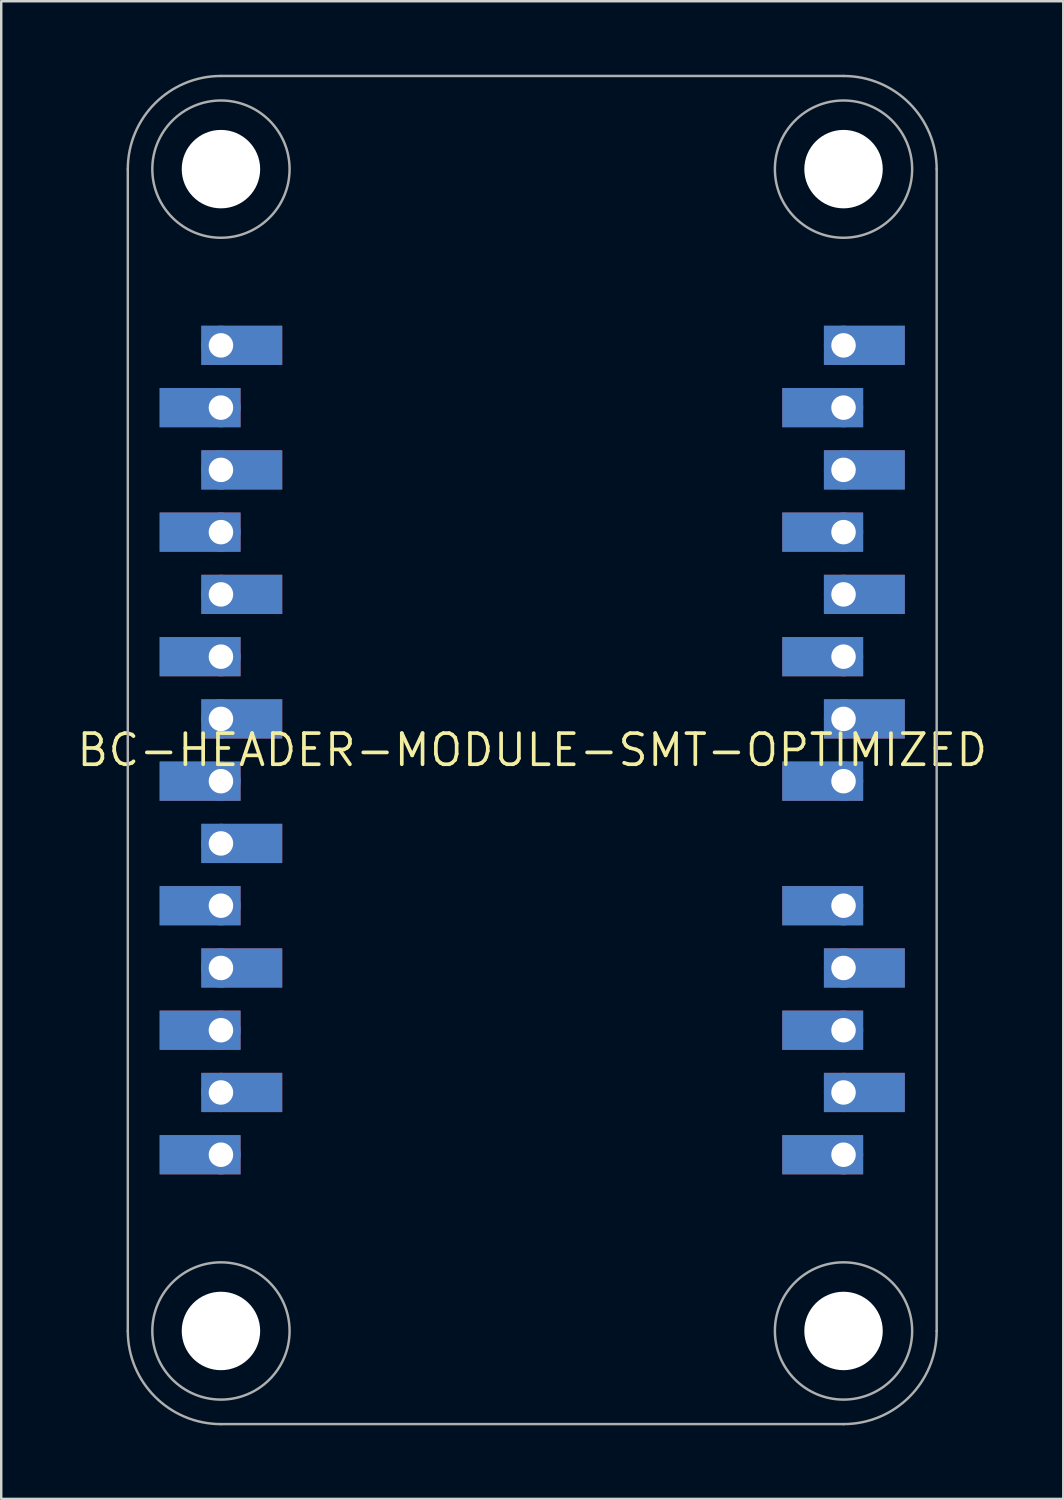
<source format=kicad_pcb>
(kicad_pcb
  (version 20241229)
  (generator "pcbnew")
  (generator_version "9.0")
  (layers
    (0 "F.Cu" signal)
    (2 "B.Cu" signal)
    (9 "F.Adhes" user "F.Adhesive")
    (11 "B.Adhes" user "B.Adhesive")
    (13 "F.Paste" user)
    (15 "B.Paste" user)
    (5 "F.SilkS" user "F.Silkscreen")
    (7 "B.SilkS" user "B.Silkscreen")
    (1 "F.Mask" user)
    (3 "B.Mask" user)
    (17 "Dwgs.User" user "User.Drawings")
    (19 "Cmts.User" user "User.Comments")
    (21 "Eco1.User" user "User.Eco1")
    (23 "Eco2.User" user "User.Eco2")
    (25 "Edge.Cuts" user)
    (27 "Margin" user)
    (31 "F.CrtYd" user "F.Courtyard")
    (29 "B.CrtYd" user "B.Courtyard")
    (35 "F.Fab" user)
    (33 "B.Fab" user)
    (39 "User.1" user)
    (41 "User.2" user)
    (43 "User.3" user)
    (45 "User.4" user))
  (footprint "BC-HEADER-MODULE-SMT-OPTIMIZED"
    (layer "F.Cu")
    (at 18.664 27.55)
    (property "Reference" "BC-HEADER-MODULE-SMT-OPTIMIZED" (at 0 0 0) (unlocked yes) (layer "F.SilkS") (effects (font (size 1.27 1.27) (thickness 0.15))))
    (fp_poly (pts (xy -11.9 -13.17) (xy -15.2 -13.17) (xy -15.2 -14.77) (xy -11.9 -14.77)) (stroke (width 0) (type default)) (fill yes) (layer "F.Cu"))
    (fp_poly (pts (xy -11.9 -8.09) (xy -15.2 -8.09) (xy -15.2 -9.69) (xy -11.9 -9.69)) (stroke (width 0) (type default)) (fill yes) (layer "F.Cu"))
    (fp_poly (pts (xy -11.9 -3.01) (xy -15.2 -3.01) (xy -15.2 -4.61) (xy -11.9 -4.61)) (stroke (width 0) (type default)) (fill yes) (layer "F.Cu"))
    (fp_poly (pts (xy -11.9 2.07) (xy -15.2 2.07) (xy -15.2 0.47) (xy -11.9 0.47)) (stroke (width 0) (type default)) (fill yes) (layer "F.Cu"))
    (fp_poly (pts (xy -11.9 7.15) (xy -15.2 7.15) (xy -15.2 5.55) (xy -11.9 5.55)) (stroke (width 0) (type default)) (fill yes) (layer "F.Cu"))
    (fp_poly (pts (xy -11.9 12.23) (xy -15.2 12.23) (xy -15.2 10.63) (xy -11.9 10.63)) (stroke (width 0) (type default)) (fill yes) (layer "F.Cu"))
    (fp_poly (pts (xy -11.9 17.31) (xy -15.2 17.31) (xy -15.2 15.71) (xy -11.9 15.71)) (stroke (width 0) (type default)) (fill yes) (layer "F.Cu"))
    (fp_poly (pts (xy -10.2 -15.71) (xy -13.5 -15.71) (xy -13.5 -17.31) (xy -10.2 -17.31)) (stroke (width 0) (type default)) (fill yes) (layer "F.Cu"))
    (fp_poly (pts (xy -10.2 -10.63) (xy -13.5 -10.63) (xy -13.5 -12.23) (xy -10.2 -12.23)) (stroke (width 0) (type default)) (fill yes) (layer "F.Cu"))
    (fp_poly (pts (xy -10.2 -5.55) (xy -13.5 -5.55) (xy -13.5 -7.15) (xy -10.2 -7.15)) (stroke (width 0) (type default)) (fill yes) (layer "F.Cu"))
    (fp_poly (pts (xy -10.2 -0.47) (xy -13.5 -0.47) (xy -13.5 -2.07) (xy -10.2 -2.07)) (stroke (width 0) (type default)) (fill yes) (layer "F.Cu"))
    (fp_poly (pts (xy -10.2 4.61) (xy -13.5 4.61) (xy -13.5 3.01) (xy -10.2 3.01)) (stroke (width 0) (type default)) (fill yes) (layer "F.Cu"))
    (fp_poly (pts (xy -10.2 9.69) (xy -13.5 9.69) (xy -13.5 8.09) (xy -10.2 8.09)) (stroke (width 0) (type default)) (fill yes) (layer "F.Cu"))
    (fp_poly (pts (xy -10.2 14.77) (xy -13.5 14.77) (xy -13.5 13.17) (xy -10.2 13.17)) (stroke (width 0) (type default)) (fill yes) (layer "F.Cu"))
    (fp_poly (pts (xy 13.5 -13.17) (xy 10.2 -13.17) (xy 10.2 -14.77) (xy 13.5 -14.77)) (stroke (width 0) (type default)) (fill yes) (layer "F.Cu"))
    (fp_poly (pts (xy 13.5 -8.09) (xy 10.2 -8.09) (xy 10.2 -9.69) (xy 13.5 -9.69)) (stroke (width 0) (type default)) (fill yes) (layer "F.Cu"))
    (fp_poly (pts (xy 13.5 -3.01) (xy 10.2 -3.01) (xy 10.2 -4.61) (xy 13.5 -4.61)) (stroke (width 0) (type default)) (fill yes) (layer "F.Cu"))
    (fp_poly (pts (xy 13.5 2.07) (xy 10.2 2.07) (xy 10.2 0.47) (xy 13.5 0.47)) (stroke (width 0) (type default)) (fill yes) (layer "F.Cu"))
    (fp_poly (pts (xy 13.5 7.15) (xy 10.2 7.15) (xy 10.2 5.55) (xy 13.5 5.55)) (stroke (width 0) (type default)) (fill yes) (layer "F.Cu"))
    (fp_poly (pts (xy 13.5 12.23) (xy 10.2 12.23) (xy 10.2 10.63) (xy 13.5 10.63)) (stroke (width 0) (type default)) (fill yes) (layer "F.Cu"))
    (fp_poly (pts (xy 13.5 17.31) (xy 10.2 17.31) (xy 10.2 15.71) (xy 13.5 15.71)) (stroke (width 0) (type default)) (fill yes) (layer "F.Cu"))
    (fp_poly (pts (xy 15.2 -15.71) (xy 11.9 -15.71) (xy 11.9 -17.31) (xy 15.2 -17.31)) (stroke (width 0) (type default)) (fill yes) (layer "F.Cu"))
    (fp_poly (pts (xy 15.2 -10.63) (xy 11.9 -10.63) (xy 11.9 -12.23) (xy 15.2 -12.23)) (stroke (width 0) (type default)) (fill yes) (layer "F.Cu"))
    (fp_poly (pts (xy 15.2 -5.55) (xy 11.9 -5.55) (xy 11.9 -7.15) (xy 15.2 -7.15)) (stroke (width 0) (type default)) (fill yes) (layer "F.Cu"))
    (fp_poly (pts (xy 15.2 -0.47) (xy 11.9 -0.47) (xy 11.9 -2.07) (xy 15.2 -2.07)) (stroke (width 0) (type default)) (fill yes) (layer "F.Cu"))
    (fp_poly (pts (xy 15.2 9.69) (xy 11.9 9.69) (xy 11.9 8.09) (xy 15.2 8.09)) (stroke (width 0) (type default)) (fill yes) (layer "F.Cu"))
    (fp_poly (pts (xy 15.2 14.77) (xy 11.9 14.77) (xy 11.9 13.17) (xy 15.2 13.17)) (stroke (width 0) (type default)) (fill yes) (layer "F.Cu"))
    (fp_poly (pts (xy -13.6 -15.61) (xy -10.1 -15.61) (xy -10.1 -17.41) (xy -13.6 -17.41)) (stroke (width 0) (type default)) (fill yes) (layer "F.Mask"))
    (fp_poly (pts (xy -13.6 -10.53) (xy -10.1 -10.53) (xy -10.1 -12.33) (xy -13.6 -12.33)) (stroke (width 0) (type default)) (fill yes) (layer "F.Mask"))
    (fp_poly (pts (xy -13.6 -5.45) (xy -10.1 -5.45) (xy -10.1 -7.25) (xy -13.6 -7.25)) (stroke (width 0) (type default)) (fill yes) (layer "F.Mask"))
    (fp_poly (pts (xy -13.6 -0.37) (xy -10.1 -0.37) (xy -10.1 -2.17) (xy -13.6 -2.17)) (stroke (width 0) (type default)) (fill yes) (layer "F.Mask"))
    (fp_poly (pts (xy -13.6 4.71) (xy -10.1 4.71) (xy -10.1 2.91) (xy -13.6 2.91)) (stroke (width 0) (type default)) (fill yes) (layer "F.Mask"))
    (fp_poly (pts (xy -13.6 9.79) (xy -10.1 9.79) (xy -10.1 7.99) (xy -13.6 7.99)) (stroke (width 0) (type default)) (fill yes) (layer "F.Mask"))
    (fp_poly (pts (xy -13.6 14.87) (xy -10.1 14.87) (xy -10.1 13.07) (xy -13.6 13.07)) (stroke (width 0) (type default)) (fill yes) (layer "F.Mask"))
    (fp_poly (pts (xy -11.8 -14.87) (xy -15.3 -14.87) (xy -15.3 -13.07) (xy -11.8 -13.07)) (stroke (width 0) (type default)) (fill yes) (layer "F.Mask"))
    (fp_poly (pts (xy -11.8 -9.79) (xy -15.3 -9.79) (xy -15.3 -7.99) (xy -11.8 -7.99)) (stroke (width 0) (type default)) (fill yes) (layer "F.Mask"))
    (fp_poly (pts (xy -11.8 -4.71) (xy -15.3 -4.71) (xy -15.3 -2.91) (xy -11.8 -2.91)) (stroke (width 0) (type default)) (fill yes) (layer "F.Mask"))
    (fp_poly (pts (xy -11.8 0.37) (xy -15.3 0.37) (xy -15.3 2.17) (xy -11.8 2.17)) (stroke (width 0) (type default)) (fill yes) (layer "F.Mask"))
    (fp_poly (pts (xy -11.8 5.45) (xy -15.3 5.45) (xy -15.3 7.25) (xy -11.8 7.25)) (stroke (width 0) (type default)) (fill yes) (layer "F.Mask"))
    (fp_poly (pts (xy -11.8 10.53) (xy -15.3 10.53) (xy -15.3 12.33) (xy -11.8 12.33)) (stroke (width 0) (type default)) (fill yes) (layer "F.Mask"))
    (fp_poly (pts (xy -11.8 15.61) (xy -15.3 15.61) (xy -15.3 17.41) (xy -11.8 17.41)) (stroke (width 0) (type default)) (fill yes) (layer "F.Mask"))
    (fp_poly (pts (xy 11.8 -15.61) (xy 15.3 -15.61) (xy 15.3 -17.41) (xy 11.8 -17.41)) (stroke (width 0) (type default)) (fill yes) (layer "F.Mask"))
    (fp_poly (pts (xy 11.8 -10.53) (xy 15.3 -10.53) (xy 15.3 -12.33) (xy 11.8 -12.33)) (stroke (width 0) (type default)) (fill yes) (layer "F.Mask"))
    (fp_poly (pts (xy 11.8 -5.45) (xy 15.3 -5.45) (xy 15.3 -7.25) (xy 11.8 -7.25)) (stroke (width 0) (type default)) (fill yes) (layer "F.Mask"))
    (fp_poly (pts (xy 11.8 -0.37) (xy 15.3 -0.37) (xy 15.3 -2.17) (xy 11.8 -2.17)) (stroke (width 0) (type default)) (fill yes) (layer "F.Mask"))
    (fp_poly (pts (xy 11.8 9.79) (xy 15.3 9.79) (xy 15.3 7.99) (xy 11.8 7.99)) (stroke (width 0) (type default)) (fill yes) (layer "F.Mask"))
    (fp_poly (pts (xy 11.8 14.87) (xy 15.3 14.87) (xy 15.3 13.07) (xy 11.8 13.07)) (stroke (width 0) (type default)) (fill yes) (layer "F.Mask"))
    (fp_poly (pts (xy 13.6 -14.87) (xy 10.1 -14.87) (xy 10.1 -13.07) (xy 13.6 -13.07)) (stroke (width 0) (type default)) (fill yes) (layer "F.Mask"))
    (fp_poly (pts (xy 13.6 -9.79) (xy 10.1 -9.79) (xy 10.1 -7.99) (xy 13.6 -7.99)) (stroke (width 0) (type default)) (fill yes) (layer "F.Mask"))
    (fp_poly (pts (xy 13.6 -4.71) (xy 10.1 -4.71) (xy 10.1 -2.91) (xy 13.6 -2.91)) (stroke (width 0) (type default)) (fill yes) (layer "F.Mask"))
    (fp_poly (pts (xy 13.6 0.37) (xy 10.1 0.37) (xy 10.1 2.17) (xy 13.6 2.17)) (stroke (width 0) (type default)) (fill yes) (layer "F.Mask"))
    (fp_poly (pts (xy 13.6 5.45) (xy 10.1 5.45) (xy 10.1 7.25) (xy 13.6 7.25)) (stroke (width 0) (type default)) (fill yes) (layer "F.Mask"))
    (fp_poly (pts (xy 13.6 10.53) (xy 10.1 10.53) (xy 10.1 12.33) (xy 13.6 12.33)) (stroke (width 0) (type default)) (fill yes) (layer "F.Mask"))
    (fp_poly (pts (xy 13.6 15.61) (xy 10.1 15.61) (xy 10.1 17.41) (xy 13.6 17.41)) (stroke (width 0) (type default)) (fill yes) (layer "F.Mask"))
    (fp_poly (pts (xy -11.9 -13.17) (xy -15.2 -13.17) (xy -15.2 -14.77) (xy -11.9 -14.77)) (stroke (width 0) (type default)) (fill yes) (layer "B.Cu"))
    (fp_poly (pts (xy -11.9 -8.09) (xy -15.2 -8.09) (xy -15.2 -9.69) (xy -11.9 -9.69)) (stroke (width 0) (type default)) (fill yes) (layer "B.Cu"))
    (fp_poly (pts (xy -11.9 -3.01) (xy -15.2 -3.01) (xy -15.2 -4.61) (xy -11.9 -4.61)) (stroke (width 0) (type default)) (fill yes) (layer "B.Cu"))
    (fp_poly (pts (xy -11.9 2.07) (xy -15.2 2.07) (xy -15.2 0.47) (xy -11.9 0.47)) (stroke (width 0) (type default)) (fill yes) (layer "B.Cu"))
    (fp_poly (pts (xy -11.9 7.15) (xy -15.2 7.15) (xy -15.2 5.55) (xy -11.9 5.55)) (stroke (width 0) (type default)) (fill yes) (layer "B.Cu"))
    (fp_poly (pts (xy -11.9 12.23) (xy -15.2 12.23) (xy -15.2 10.63) (xy -11.9 10.63)) (stroke (width 0) (type default)) (fill yes) (layer "B.Cu"))
    (fp_poly (pts (xy -11.9 17.31) (xy -15.2 17.31) (xy -15.2 15.71) (xy -11.9 15.71)) (stroke (width 0) (type default)) (fill yes) (layer "B.Cu"))
    (fp_poly (pts (xy -10.2 -15.71) (xy -13.5 -15.71) (xy -13.5 -17.31) (xy -10.2 -17.31)) (stroke (width 0) (type default)) (fill yes) (layer "B.Cu"))
    (fp_poly (pts (xy -10.2 -10.63) (xy -13.5 -10.63) (xy -13.5 -12.23) (xy -10.2 -12.23)) (stroke (width 0) (type default)) (fill yes) (layer "B.Cu"))
    (fp_poly (pts (xy -10.2 -5.55) (xy -13.5 -5.55) (xy -13.5 -7.15) (xy -10.2 -7.15)) (stroke (width 0) (type default)) (fill yes) (layer "B.Cu"))
    (fp_poly (pts (xy -10.2 -0.47) (xy -13.5 -0.47) (xy -13.5 -2.07) (xy -10.2 -2.07)) (stroke (width 0) (type default)) (fill yes) (layer "B.Cu"))
    (fp_poly (pts (xy -10.2 4.61) (xy -13.5 4.61) (xy -13.5 3.01) (xy -10.2 3.01)) (stroke (width 0) (type default)) (fill yes) (layer "B.Cu"))
    (fp_poly (pts (xy -10.2 9.69) (xy -13.5 9.69) (xy -13.5 8.09) (xy -10.2 8.09)) (stroke (width 0) (type default)) (fill yes) (layer "B.Cu"))
    (fp_poly (pts (xy -10.2 14.77) (xy -13.5 14.77) (xy -13.5 13.17) (xy -10.2 13.17)) (stroke (width 0) (type default)) (fill yes) (layer "B.Cu"))
    (fp_poly (pts (xy 13.5 -13.17) (xy 10.2 -13.17) (xy 10.2 -14.77) (xy 13.5 -14.77)) (stroke (width 0) (type default)) (fill yes) (layer "B.Cu"))
    (fp_poly (pts (xy 13.5 -8.09) (xy 10.2 -8.09) (xy 10.2 -9.69) (xy 13.5 -9.69)) (stroke (width 0) (type default)) (fill yes) (layer "B.Cu"))
    (fp_poly (pts (xy 13.5 -3.01) (xy 10.2 -3.01) (xy 10.2 -4.61) (xy 13.5 -4.61)) (stroke (width 0) (type default)) (fill yes) (layer "B.Cu"))
    (fp_poly (pts (xy 13.5 2.07) (xy 10.2 2.07) (xy 10.2 0.47) (xy 13.5 0.47)) (stroke (width 0) (type default)) (fill yes) (layer "B.Cu"))
    (fp_poly (pts (xy 13.5 7.15) (xy 10.2 7.15) (xy 10.2 5.55) (xy 13.5 5.55)) (stroke (width 0) (type default)) (fill yes) (layer "B.Cu"))
    (fp_poly (pts (xy 13.5 12.23) (xy 10.2 12.23) (xy 10.2 10.63) (xy 13.5 10.63)) (stroke (width 0) (type default)) (fill yes) (layer "B.Cu"))
    (fp_poly (pts (xy 13.5 17.31) (xy 10.2 17.31) (xy 10.2 15.71) (xy 13.5 15.71)) (stroke (width 0) (type default)) (fill yes) (layer "B.Cu"))
    (fp_poly (pts (xy 15.2 -15.71) (xy 11.9 -15.71) (xy 11.9 -17.31) (xy 15.2 -17.31)) (stroke (width 0) (type default)) (fill yes) (layer "B.Cu"))
    (fp_poly (pts (xy 15.2 -10.63) (xy 11.9 -10.63) (xy 11.9 -12.23) (xy 15.2 -12.23)) (stroke (width 0) (type default)) (fill yes) (layer "B.Cu"))
    (fp_poly (pts (xy 15.2 -5.55) (xy 11.9 -5.55) (xy 11.9 -7.15) (xy 15.2 -7.15)) (stroke (width 0) (type default)) (fill yes) (layer "B.Cu"))
    (fp_poly (pts (xy 15.2 -0.47) (xy 11.9 -0.47) (xy 11.9 -2.07) (xy 15.2 -2.07)) (stroke (width 0) (type default)) (fill yes) (layer "B.Cu"))
    (fp_poly (pts (xy 15.2 9.69) (xy 11.9 9.69) (xy 11.9 8.09) (xy 15.2 8.09)) (stroke (width 0) (type default)) (fill yes) (layer "B.Cu"))
    (fp_poly (pts (xy 15.2 14.77) (xy 11.9 14.77) (xy 11.9 13.17) (xy 15.2 13.17)) (stroke (width 0) (type default)) (fill yes) (layer "B.Cu"))
    (fp_poly (pts (xy -15.3 -13.07) (xy -11.8 -13.07) (xy -11.8 -14.87) (xy -15.3 -14.87)) (stroke (width 0) (type default)) (fill yes) (layer "B.Mask"))
    (fp_poly (pts (xy -15.3 -7.99) (xy -11.8 -7.99) (xy -11.8 -9.79) (xy -15.3 -9.79)) (stroke (width 0) (type default)) (fill yes) (layer "B.Mask"))
    (fp_poly (pts (xy -15.3 -2.91) (xy -11.8 -2.91) (xy -11.8 -4.71) (xy -15.3 -4.71)) (stroke (width 0) (type default)) (fill yes) (layer "B.Mask"))
    (fp_poly (pts (xy -15.3 2.17) (xy -11.8 2.17) (xy -11.8 0.37) (xy -15.3 0.37)) (stroke (width 0) (type default)) (fill yes) (layer "B.Mask"))
    (fp_poly (pts (xy -15.3 7.25) (xy -11.8 7.25) (xy -11.8 5.45) (xy -15.3 5.45)) (stroke (width 0) (type default)) (fill yes) (layer "B.Mask"))
    (fp_poly (pts (xy -15.3 12.33) (xy -11.8 12.33) (xy -11.8 10.53) (xy -15.3 10.53)) (stroke (width 0) (type default)) (fill yes) (layer "B.Mask"))
    (fp_poly (pts (xy -15.3 17.41) (xy -11.8 17.41) (xy -11.8 15.61) (xy -15.3 15.61)) (stroke (width 0) (type default)) (fill yes) (layer "B.Mask"))
    (fp_poly (pts (xy -10.1 -17.41) (xy -13.6 -17.41) (xy -13.6 -15.61) (xy -10.1 -15.61)) (stroke (width 0) (type default)) (fill yes) (layer "B.Mask"))
    (fp_poly (pts (xy -10.1 -12.33) (xy -13.6 -12.33) (xy -13.6 -10.53) (xy -10.1 -10.53)) (stroke (width 0) (type default)) (fill yes) (layer "B.Mask"))
    (fp_poly (pts (xy -10.1 -7.25) (xy -13.6 -7.25) (xy -13.6 -5.45) (xy -10.1 -5.45)) (stroke (width 0) (type default)) (fill yes) (layer "B.Mask"))
    (fp_poly (pts (xy -10.1 -2.17) (xy -13.6 -2.17) (xy -13.6 -0.37) (xy -10.1 -0.37)) (stroke (width 0) (type default)) (fill yes) (layer "B.Mask"))
    (fp_poly (pts (xy -10.1 2.91) (xy -13.6 2.91) (xy -13.6 4.71) (xy -10.1 4.71)) (stroke (width 0) (type default)) (fill yes) (layer "B.Mask"))
    (fp_poly (pts (xy -10.1 7.99) (xy -13.6 7.99) (xy -13.6 9.79) (xy -10.1 9.79)) (stroke (width 0) (type default)) (fill yes) (layer "B.Mask"))
    (fp_poly (pts (xy -10.1 13.07) (xy -13.6 13.07) (xy -13.6 14.87) (xy -10.1 14.87)) (stroke (width 0) (type default)) (fill yes) (layer "B.Mask"))
    (fp_poly (pts (xy 10.1 -13.07) (xy 13.6 -13.07) (xy 13.6 -14.87) (xy 10.1 -14.87)) (stroke (width 0) (type default)) (fill yes) (layer "B.Mask"))
    (fp_poly (pts (xy 10.1 -7.99) (xy 13.6 -7.99) (xy 13.6 -9.79) (xy 10.1 -9.79)) (stroke (width 0) (type default)) (fill yes) (layer "B.Mask"))
    (fp_poly (pts (xy 10.1 -2.91) (xy 13.6 -2.91) (xy 13.6 -4.71) (xy 10.1 -4.71)) (stroke (width 0) (type default)) (fill yes) (layer "B.Mask"))
    (fp_poly (pts (xy 10.1 2.17) (xy 13.6 2.17) (xy 13.6 0.37) (xy 10.1 0.37)) (stroke (width 0) (type default)) (fill yes) (layer "B.Mask"))
    (fp_poly (pts (xy 10.1 7.25) (xy 13.6 7.25) (xy 13.6 5.45) (xy 10.1 5.45)) (stroke (width 0) (type default)) (fill yes) (layer "B.Mask"))
    (fp_poly (pts (xy 10.1 12.33) (xy 13.6 12.33) (xy 13.6 10.53) (xy 10.1 10.53)) (stroke (width 0) (type default)) (fill yes) (layer "B.Mask"))
    (fp_poly (pts (xy 10.1 17.41) (xy 13.6 17.41) (xy 13.6 15.61) (xy 10.1 15.61)) (stroke (width 0) (type default)) (fill yes) (layer "B.Mask"))
    (fp_poly (pts (xy 15.3 -17.41) (xy 11.8 -17.41) (xy 11.8 -15.61) (xy 15.3 -15.61)) (stroke (width 0) (type default)) (fill yes) (layer "B.Mask"))
    (fp_poly (pts (xy 15.3 -12.33) (xy 11.8 -12.33) (xy 11.8 -10.53) (xy 15.3 -10.53)) (stroke (width 0) (type default)) (fill yes) (layer "B.Mask"))
    (fp_poly (pts (xy 15.3 -7.25) (xy 11.8 -7.25) (xy 11.8 -5.45) (xy 15.3 -5.45)) (stroke (width 0) (type default)) (fill yes) (layer "B.Mask"))
    (fp_poly (pts (xy 15.3 -2.17) (xy 11.8 -2.17) (xy 11.8 -0.37) (xy 15.3 -0.37)) (stroke (width 0) (type default)) (fill yes) (layer "B.Mask"))
    (fp_poly (pts (xy 15.3 7.99) (xy 11.8 7.99) (xy 11.8 9.79) (xy 15.3 9.79)) (stroke (width 0) (type default)) (fill yes) (layer "B.Mask"))
    (fp_poly (pts (xy 15.3 13.07) (xy 11.8 13.07) (xy 11.8 14.87) (xy 15.3 14.87)) (stroke (width 0) (type default)) (fill yes) (layer "B.Mask"))
    (fp_poly (pts (xy -13.6 -13.32) (xy -15.7 -13.32) (xy -15.7 -14.62) (xy -13.6 -14.62)) (stroke (width 0) (type default)) (fill yes) (layer "F.Paste"))
    (fp_poly (pts (xy -13.6 -8.24) (xy -15.7 -8.24) (xy -15.7 -9.54) (xy -13.6 -9.54)) (stroke (width 0) (type default)) (fill yes) (layer "F.Paste"))
    (fp_poly (pts (xy -13.6 -3.16) (xy -15.7 -3.16) (xy -15.7 -4.46) (xy -13.6 -4.46)) (stroke (width 0) (type default)) (fill yes) (layer "F.Paste"))
    (fp_poly (pts (xy -13.6 1.92) (xy -15.7 1.92) (xy -15.7 0.62) (xy -13.6 0.62)) (stroke (width 0) (type default)) (fill yes) (layer "F.Paste"))
    (fp_poly (pts (xy -13.6 7) (xy -15.7 7) (xy -15.7 5.7) (xy -13.6 5.7)) (stroke (width 0) (type default)) (fill yes) (layer "F.Paste"))
    (fp_poly (pts (xy -13.6 12.08) (xy -15.7 12.08) (xy -15.7 10.78) (xy -13.6 10.78)) (stroke (width 0) (type default)) (fill yes) (layer "F.Paste"))
    (fp_poly (pts (xy -13.6 17.16) (xy -15.7 17.16) (xy -15.7 15.86) (xy -13.6 15.86)) (stroke (width 0) (type default)) (fill yes) (layer "F.Paste"))
    (fp_poly (pts (xy -9.7 -15.86) (xy -11.8 -15.86) (xy -11.8 -17.16) (xy -9.7 -17.16)) (stroke (width 0) (type default)) (fill yes) (layer "F.Paste"))
    (fp_poly (pts (xy -9.7 -10.78) (xy -11.8 -10.78) (xy -11.8 -12.08) (xy -9.7 -12.08)) (stroke (width 0) (type default)) (fill yes) (layer "F.Paste"))
    (fp_poly (pts (xy -9.7 -5.7) (xy -11.8 -5.7) (xy -11.8 -7) (xy -9.7 -7)) (stroke (width 0) (type default)) (fill yes) (layer "F.Paste"))
    (fp_poly (pts (xy -9.7 -0.62) (xy -11.8 -0.62) (xy -11.8 -1.92) (xy -9.7 -1.92)) (stroke (width 0) (type default)) (fill yes) (layer "F.Paste"))
    (fp_poly (pts (xy -9.7 4.46) (xy -11.8 4.46) (xy -11.8 3.16) (xy -9.7 3.16)) (stroke (width 0) (type default)) (fill yes) (layer "F.Paste"))
    (fp_poly (pts (xy -9.7 9.54) (xy -11.8 9.54) (xy -11.8 8.24) (xy -9.7 8.24)) (stroke (width 0) (type default)) (fill yes) (layer "F.Paste"))
    (fp_poly (pts (xy -9.7 14.62) (xy -11.8 14.62) (xy -11.8 13.32) (xy -9.7 13.32)) (stroke (width 0) (type default)) (fill yes) (layer "F.Paste"))
    (fp_poly (pts (xy 11.8 -13.32) (xy 9.7 -13.32) (xy 9.7 -14.62) (xy 11.8 -14.62)) (stroke (width 0) (type default)) (fill yes) (layer "F.Paste"))
    (fp_poly (pts (xy 11.8 -8.24) (xy 9.7 -8.24) (xy 9.7 -9.54) (xy 11.8 -9.54)) (stroke (width 0) (type default)) (fill yes) (layer "F.Paste"))
    (fp_poly (pts (xy 11.8 -3.16) (xy 9.7 -3.16) (xy 9.7 -4.46) (xy 11.8 -4.46)) (stroke (width 0) (type default)) (fill yes) (layer "F.Paste"))
    (fp_poly (pts (xy 11.8 1.92) (xy 9.7 1.92) (xy 9.7 0.62) (xy 11.8 0.62)) (stroke (width 0) (type default)) (fill yes) (layer "F.Paste"))
    (fp_poly (pts (xy 11.8 7) (xy 9.7 7) (xy 9.7 5.7) (xy 11.8 5.7)) (stroke (width 0) (type default)) (fill yes) (layer "F.Paste"))
    (fp_poly (pts (xy 11.8 12.08) (xy 9.7 12.08) (xy 9.7 10.78) (xy 11.8 10.78)) (stroke (width 0) (type default)) (fill yes) (layer "F.Paste"))
    (fp_poly (pts (xy 11.8 17.16) (xy 9.7 17.16) (xy 9.7 15.86) (xy 11.8 15.86)) (stroke (width 0) (type default)) (fill yes) (layer "F.Paste"))
    (fp_poly (pts (xy 15.7 -15.86) (xy 13.6 -15.86) (xy 13.6 -17.16) (xy 15.7 -17.16)) (stroke (width 0) (type default)) (fill yes) (layer "F.Paste"))
    (fp_poly (pts (xy 15.7 -10.78) (xy 13.6 -10.78) (xy 13.6 -12.08) (xy 15.7 -12.08)) (stroke (width 0) (type default)) (fill yes) (layer "F.Paste"))
    (fp_poly (pts (xy 15.7 -5.7) (xy 13.6 -5.7) (xy 13.6 -7) (xy 15.7 -7)) (stroke (width 0) (type default)) (fill yes) (layer "F.Paste"))
    (fp_poly (pts (xy 15.7 -0.62) (xy 13.6 -0.62) (xy 13.6 -1.92) (xy 15.7 -1.92)) (stroke (width 0) (type default)) (fill yes) (layer "F.Paste"))
    (fp_poly (pts (xy 15.7 9.54) (xy 13.6 9.54) (xy 13.6 8.24) (xy 15.7 8.24)) (stroke (width 0) (type default)) (fill yes) (layer "F.Paste"))
    (fp_poly (pts (xy 15.7 14.62) (xy 13.6 14.62) (xy 13.6 13.32) (xy 15.7 13.32)) (stroke (width 0) (type default)) (fill yes) (layer "F.Paste"))
    (fp_poly (pts (xy -13.6 -13.32) (xy -15.7 -13.32) (xy -15.7 -14.62) (xy -13.6 -14.62)) (stroke (width 0) (type default)) (fill yes) (layer "B.Paste"))
    (fp_poly (pts (xy -13.6 -8.24) (xy -15.7 -8.24) (xy -15.7 -9.54) (xy -13.6 -9.54)) (stroke (width 0) (type default)) (fill yes) (layer "B.Paste"))
    (fp_poly (pts (xy -13.6 -3.16) (xy -15.7 -3.16) (xy -15.7 -4.46) (xy -13.6 -4.46)) (stroke (width 0) (type default)) (fill yes) (layer "B.Paste"))
    (fp_poly (pts (xy -13.6 1.92) (xy -15.7 1.92) (xy -15.7 0.62) (xy -13.6 0.62)) (stroke (width 0) (type default)) (fill yes) (layer "B.Paste"))
    (fp_poly (pts (xy -13.6 7) (xy -15.7 7) (xy -15.7 5.7) (xy -13.6 5.7)) (stroke (width 0) (type default)) (fill yes) (layer "B.Paste"))
    (fp_poly (pts (xy -13.6 12.08) (xy -15.7 12.08) (xy -15.7 10.78) (xy -13.6 10.78)) (stroke (width 0) (type default)) (fill yes) (layer "B.Paste"))
    (fp_poly (pts (xy -13.6 17.16) (xy -15.7 17.16) (xy -15.7 15.86) (xy -13.6 15.86)) (stroke (width 0) (type default)) (fill yes) (layer "B.Paste"))
    (fp_poly (pts (xy -9.7 -15.86) (xy -11.8 -15.86) (xy -11.8 -17.16) (xy -9.7 -17.16)) (stroke (width 0) (type default)) (fill yes) (layer "B.Paste"))
    (fp_poly (pts (xy -9.7 -10.78) (xy -11.8 -10.78) (xy -11.8 -12.08) (xy -9.7 -12.08)) (stroke (width 0) (type default)) (fill yes) (layer "B.Paste"))
    (fp_poly (pts (xy -9.7 -5.7) (xy -11.8 -5.7) (xy -11.8 -7) (xy -9.7 -7)) (stroke (width 0) (type default)) (fill yes) (layer "B.Paste"))
    (fp_poly (pts (xy -9.7 -0.62) (xy -11.8 -0.62) (xy -11.8 -1.92) (xy -9.7 -1.92)) (stroke (width 0) (type default)) (fill yes) (layer "B.Paste"))
    (fp_poly (pts (xy -9.7 4.46) (xy -11.8 4.46) (xy -11.8 3.16) (xy -9.7 3.16)) (stroke (width 0) (type default)) (fill yes) (layer "B.Paste"))
    (fp_poly (pts (xy -9.7 9.54) (xy -11.8 9.54) (xy -11.8 8.24) (xy -9.7 8.24)) (stroke (width 0) (type default)) (fill yes) (layer "B.Paste"))
    (fp_poly (pts (xy -9.7 14.62) (xy -11.8 14.62) (xy -11.8 13.32) (xy -9.7 13.32)) (stroke (width 0) (type default)) (fill yes) (layer "B.Paste"))
    (fp_poly (pts (xy 11.8 -13.32) (xy 9.7 -13.32) (xy 9.7 -14.62) (xy 11.8 -14.62)) (stroke (width 0) (type default)) (fill yes) (layer "B.Paste"))
    (fp_poly (pts (xy 11.8 -8.24) (xy 9.7 -8.24) (xy 9.7 -9.54) (xy 11.8 -9.54)) (stroke (width 0) (type default)) (fill yes) (layer "B.Paste"))
    (fp_poly (pts (xy 11.8 -3.16) (xy 9.7 -3.16) (xy 9.7 -4.46) (xy 11.8 -4.46)) (stroke (width 0) (type default)) (fill yes) (layer "B.Paste"))
    (fp_poly (pts (xy 11.8 1.92) (xy 9.7 1.92) (xy 9.7 0.62) (xy 11.8 0.62)) (stroke (width 0) (type default)) (fill yes) (layer "B.Paste"))
    (fp_poly (pts (xy 11.8 7) (xy 9.7 7) (xy 9.7 5.7) (xy 11.8 5.7)) (stroke (width 0) (type default)) (fill yes) (layer "B.Paste"))
    (fp_poly (pts (xy 11.8 12.08) (xy 9.7 12.08) (xy 9.7 10.78) (xy 11.8 10.78)) (stroke (width 0) (type default)) (fill yes) (layer "B.Paste"))
    (fp_poly (pts (xy 11.8 17.16) (xy 9.7 17.16) (xy 9.7 15.86) (xy 11.8 15.86)) (stroke (width 0) (type default)) (fill yes) (layer "B.Paste"))
    (fp_poly (pts (xy 15.7 -15.86) (xy 13.6 -15.86) (xy 13.6 -17.16) (xy 15.7 -17.16)) (stroke (width 0) (type default)) (fill yes) (layer "B.Paste"))
    (fp_poly (pts (xy 15.7 -10.78) (xy 13.6 -10.78) (xy 13.6 -12.08) (xy 15.7 -12.08)) (stroke (width 0) (type default)) (fill yes) (layer "B.Paste"))
    (fp_poly (pts (xy 15.7 -5.7) (xy 13.6 -5.7) (xy 13.6 -7) (xy 15.7 -7)) (stroke (width 0) (type default)) (fill yes) (layer "B.Paste"))
    (fp_poly (pts (xy 15.7 -0.62) (xy 13.6 -0.62) (xy 13.6 -1.92) (xy 15.7 -1.92)) (stroke (width 0) (type default)) (fill yes) (layer "B.Paste"))
    (fp_poly (pts (xy 15.7 9.54) (xy 13.6 9.54) (xy 13.6 8.24) (xy 15.7 8.24)) (stroke (width 0) (type default)) (fill yes) (layer "B.Paste"))
    (fp_poly (pts (xy 15.7 14.62) (xy 13.6 14.62) (xy 13.6 13.32) (xy 15.7 13.32)) (stroke (width 0) (type default)) (fill yes) (layer "B.Paste"))
    (fp_line (start -16.5 23.7) (end -16.5 -23.7) (stroke (width 0.1) (type solid)) (layer "F.Fab"))
    (fp_line (start -12.7 -27.5) (end 12.7 -27.5) (stroke (width 0.1) (type solid)) (layer "F.Fab"))
    (fp_line (start 12.7 27.5) (end -12.7 27.5) (stroke (width 0.1) (type solid)) (layer "F.Fab"))
    (fp_line (start 16.5 -23.7) (end 16.5 23.7) (stroke (width 0.1) (type solid)) (layer "F.Fab"))
    (fp_arc (start -16.5 -23.7) (mid -15.387006 -26.387006) (end -12.7 -27.5) (stroke (width 0.1) (type solid)) (layer "F.Fab"))
    (fp_arc (start -12.7 27.5) (mid -15.387006 26.387006) (end -16.5 23.7) (stroke (width 0.1) (type solid)) (layer "F.Fab"))
    (fp_arc (start 12.7 -27.5) (mid 15.387006 -26.387006) (end 16.5 -23.7) (stroke (width 0.1) (type solid)) (layer "F.Fab"))
    (fp_arc (start 16.5 23.7) (mid 15.387006 26.387006) (end 12.7 27.5) (stroke (width 0.1) (type solid)) (layer "F.Fab"))
    (fp_circle (center -12.7 -23.7) (end -9.9 -23.7) (stroke (width 0.1) (type solid)) (fill no) (layer "F.Fab"))
    (fp_circle (center -12.7 23.7) (end -9.9 23.7) (stroke (width 0.1) (type solid)) (fill no) (layer "F.Fab"))
    (fp_circle (center 12.7 -23.7) (end 15.5 -23.7) (stroke (width 0.1) (type solid)) (fill no) (layer "F.Fab"))
    (fp_circle (center 12.7 23.7) (end 15.5 23.7) (stroke (width 0.1) (type solid)) (fill no) (layer "F.Fab"))
    (pad "" np_thru_hole circle (at -12.7 -23.7) (size 3.2 3.2) (drill 3.2) (layers "*.Cu" "*.Mask"))
    (pad "" np_thru_hole circle (at -12.7 23.7) (size 3.2 3.2) (drill 3.2) (layers "*.Cu" "*.Mask"))
    (pad "" np_thru_hole circle (at 12.7 -23.7) (size 3.2 3.2) (drill 3.2) (layers "*.Cu" "*.Mask"))
    (pad "" np_thru_hole circle (at 12.7 23.7) (size 3.2 3.2) (drill 3.2) (layers "*.Cu" "*.Mask"))
    (pad "1" thru_hole circle (at -12.7 -16.51 270) (size 1.6 1.6) (drill 1) (layers "*.Cu"))
    (pad "2" thru_hole circle (at -12.7 -13.97 270) (size 1.6 1.6) (drill 1) (layers "*.Cu"))
    (pad "3" thru_hole circle (at -12.7 -11.43 270) (size 1.6 1.6) (drill 1) (layers "*.Cu"))
    (pad "4" thru_hole circle (at -12.7 -8.89 270) (size 1.6 1.6) (drill 1) (layers "*.Cu"))
    (pad "5" thru_hole circle (at -12.7 -6.35 270) (size 1.6 1.6) (drill 1) (layers "*.Cu"))
    (pad "6" thru_hole circle (at -12.7 -3.81 270) (size 1.6 1.6) (drill 1) (layers "*.Cu"))
    (pad "7" thru_hole circle (at -12.7 -1.27 270) (size 1.6 1.6) (drill 1) (layers "*.Cu"))
    (pad "8" thru_hole circle (at -12.7 1.27 270) (size 1.6 1.6) (drill 1) (layers "*.Cu"))
    (pad "9" thru_hole circle (at -12.7 3.81 270) (size 1.6 1.6) (drill 1) (layers "*.Cu"))
    (pad "10" thru_hole circle (at -12.7 6.35 270) (size 1.6 1.6) (drill 1) (layers "*.Cu"))
    (pad "11" thru_hole circle (at -12.7 8.89 270) (size 1.6 1.6) (drill 1) (layers "*.Cu"))
    (pad "12" thru_hole circle (at -12.7 11.43 270) (size 1.6 1.6) (drill 1) (layers "*.Cu"))
    (pad "13" thru_hole circle (at -12.7 13.97 270) (size 1.6 1.6) (drill 1) (layers "*.Cu"))
    (pad "14" thru_hole circle (at -12.7 16.51 270) (size 1.6 1.6) (drill 1) (layers "*.Cu"))
    (pad "15" thru_hole circle (at 12.7 16.51 90) (size 1.6 1.6) (drill 1) (layers "*.Cu"))
    (pad "16" thru_hole circle (at 12.7 13.97 90) (size 1.6 1.6) (drill 1) (layers "*.Cu"))
    (pad "17" thru_hole circle (at 12.7 11.43 90) (size 1.6 1.6) (drill 1) (layers "*.Cu"))
    (pad "18" thru_hole circle (at 12.7 8.89 90) (size 1.6 1.6) (drill 1) (layers "*.Cu"))
    (pad "19" thru_hole circle (at 12.7 6.35 90) (size 1.6 1.6) (drill 1) (layers "*.Cu"))
    (pad "21" thru_hole circle (at 12.7 1.27 90) (size 1.6 1.6) (drill 1) (layers "*.Cu"))
    (pad "22" thru_hole circle (at 12.7 -1.27 90) (size 1.6 1.6) (drill 1) (layers "*.Cu"))
    (pad "23" thru_hole circle (at 12.7 -3.81 90) (size 1.6 1.6) (drill 1) (layers "*.Cu"))
    (pad "24" thru_hole circle (at 12.7 -6.35 90) (size 1.6 1.6) (drill 1) (layers "*.Cu"))
    (pad "25" thru_hole circle (at 12.7 -8.89 90) (size 1.6 1.6) (drill 1) (layers "*.Cu"))
    (pad "26" thru_hole circle (at 12.7 -11.43 90) (size 1.6 1.6) (drill 1) (layers "*.Cu"))
    (pad "27" thru_hole circle (at 12.7 -13.97 90) (size 1.6 1.6) (drill 1) (layers "*.Cu"))
    (pad "28" thru_hole circle (at 12.7 -16.51 90) (size 1.6 1.6) (drill 1) (layers "*.Cu"))
    (zone (net_name "") (layer "F.Cu") (hatch edge 0.5) (connect_pads) (min_thickness 0.25) (filled_areas_thickness no) (keepout (tracks not_allowed) (vias not_allowed) (pads not_allowed) (copperpour not_allowed) (footprints allowed)) (placement (enabled no)) (fill) (polygon (pts (xy 2.264 48.15) (xy 5.964 48.15) (xy 6.311 48.169) (xy 6.654 48.228) (xy 6.988 48.324) (xy 7.309 48.457) (xy 7.613 48.625) (xy 7.897 48.826) (xy 8.156 49.058) (xy 8.388 49.317) (xy 8.589 49.601) (xy 8.757 49.905) (xy 8.89 50.226) (xy 8.986 50.56) (xy 9.064 51.25) (xy 9.064 54.95) (xy 5.964 54.95) (xy 5.577 54.93) (xy 5.195 54.869) (xy 4.821 54.769) (xy 4.459 54.63) (xy 4.114 54.454) (xy 3.789 54.243) (xy 3.488 54) (xy 3.215 53.726) (xy 2.971 53.425) (xy 2.76 53.1) (xy 2.584 52.755) (xy 2.445 52.393) (xy 2.345 52.019) (xy 2.264 51.25))))
    (zone (net_name "") (layer "F.Cu") (hatch edge 0.5) (connect_pads) (min_thickness 0.25) (filled_areas_thickness no) (keepout (tracks not_allowed) (vias not_allowed) (pads not_allowed) (copperpour not_allowed) (footprints allowed)) (placement (enabled no)) (fill) (polygon (pts (xy 9.064 0.15) (xy 9.064 3.85) (xy 9.045 4.197) (xy 8.986 4.54) (xy 8.89 4.874) (xy 8.757 5.195) (xy 8.589 5.499) (xy 8.388 5.783) (xy 8.156 6.042) (xy 7.897 6.274) (xy 7.613 6.475) (xy 7.309 6.643) (xy 6.988 6.776) (xy 6.654 6.872) (xy 5.964 6.95) (xy 2.264 6.95) (xy 2.264 3.85) (xy 2.284 3.463) (xy 2.345 3.081) (xy 2.445 2.707) (xy 2.584 2.345) (xy 2.76 2) (xy 2.971 1.675) (xy 3.215 1.374) (xy 3.488 1.1) (xy 3.789 0.857) (xy 4.114 0.646) (xy 4.459 0.47) (xy 4.821 0.331) (xy 5.195 0.231) (xy 5.964 0.15))))
    (zone (net_name "") (layer "F.Cu") (hatch edge 0.5) (connect_pads) (min_thickness 0.25) (filled_areas_thickness no) (keepout (tracks not_allowed) (vias not_allowed) (pads not_allowed) (copperpour not_allowed) (footprints allowed)) (placement (enabled no)) (fill) (polygon (pts (xy 28.264 54.95) (xy 28.264 51.25) (xy 28.284 50.903) (xy 28.342 50.56) (xy 28.438 50.226) (xy 28.571 49.905) (xy 28.739 49.601) (xy 28.941 49.317) (xy 29.172 49.058) (xy 29.431 48.826) (xy 29.715 48.625) (xy 30.019 48.457) (xy 30.34 48.324) (xy 30.674 48.228) (xy 31.364 48.15) (xy 35.064 48.15) (xy 35.064 51.25) (xy 35.044 51.637) (xy 34.983 52.019) (xy 34.883 52.393) (xy 34.744 52.755) (xy 34.568 53.1) (xy 34.358 53.425) (xy 34.114 53.726) (xy 33.84 54) (xy 33.539 54.243) (xy 33.214 54.454) (xy 32.869 54.63) (xy 32.508 54.769) (xy 32.133 54.869) (xy 31.751 54.93) (xy 31.364 54.95))))
    (zone (net_name "") (layer "F.Cu") (hatch edge 0.5) (connect_pads) (min_thickness 0.25) (filled_areas_thickness no) (keepout (tracks not_allowed) (vias not_allowed) (pads not_allowed) (copperpour not_allowed) (footprints allowed)) (placement (enabled no)) (fill) (polygon (pts (xy 35.064 6.95) (xy 31.364 6.95) (xy 31.017 6.931) (xy 30.674 6.872) (xy 30.34 6.776) (xy 30.019 6.643) (xy 29.715 6.475) (xy 29.431 6.274) (xy 29.172 6.042) (xy 28.941 5.783) (xy 28.739 5.499) (xy 28.571 5.195) (xy 28.438 4.874) (xy 28.342 4.54) (xy 28.264 3.85) (xy 28.264 0.15) (xy 31.364 0.15) (xy 31.751 0.17) (xy 32.133 0.231) (xy 32.508 0.331) (xy 32.869 0.47) (xy 33.214 0.646) (xy 33.539 0.857) (xy 33.84 1.1) (xy 34.114 1.374) (xy 34.358 1.675) (xy 34.568 2) (xy 34.744 2.345) (xy 34.883 2.707) (xy 34.983 3.081) (xy 35.044 3.463) (xy 35.064 3.85))))
    (zone (net_name "") (layer "B.Cu") (hatch edge 0.5) (connect_pads) (min_thickness 0.25) (filled_areas_thickness no) (keepout (tracks not_allowed) (vias not_allowed) (pads not_allowed) (copperpour not_allowed) (footprints allowed)) (placement (enabled no)) (fill) (polygon (pts (xy 2.264 48.15) (xy 5.964 48.15) (xy 6.311 48.169) (xy 6.654 48.228) (xy 6.988 48.324) (xy 7.309 48.457) (xy 7.613 48.625) (xy 7.897 48.826) (xy 8.156 49.058) (xy 8.388 49.317) (xy 8.589 49.601) (xy 8.757 49.905) (xy 8.89 50.226) (xy 8.986 50.56) (xy 9.064 51.25) (xy 9.064 54.95) (xy 5.964 54.95) (xy 5.577 54.93) (xy 5.195 54.869) (xy 4.821 54.769) (xy 4.459 54.63) (xy 4.114 54.454) (xy 3.789 54.243) (xy 3.488 54) (xy 3.215 53.726) (xy 2.971 53.425) (xy 2.76 53.1) (xy 2.584 52.755) (xy 2.445 52.393) (xy 2.345 52.019) (xy 2.264 51.25))))
    (zone (net_name "") (layer "B.Cu") (hatch edge 0.5) (connect_pads) (min_thickness 0.25) (filled_areas_thickness no) (keepout (tracks not_allowed) (vias not_allowed) (pads not_allowed) (copperpour not_allowed) (footprints allowed)) (placement (enabled no)) (fill) (polygon (pts (xy 9.064 0.15) (xy 9.064 3.85) (xy 9.045 4.197) (xy 8.986 4.54) (xy 8.89 4.874) (xy 8.757 5.195) (xy 8.589 5.499) (xy 8.388 5.783) (xy 8.156 6.042) (xy 7.897 6.274) (xy 7.613 6.475) (xy 7.309 6.643) (xy 6.988 6.776) (xy 6.654 6.872) (xy 5.964 6.95) (xy 2.264 6.95) (xy 2.264 3.85) (xy 2.284 3.463) (xy 2.345 3.081) (xy 2.445 2.707) (xy 2.584 2.345) (xy 2.76 2) (xy 2.971 1.675) (xy 3.215 1.374) (xy 3.488 1.1) (xy 3.789 0.857) (xy 4.114 0.646) (xy 4.459 0.47) (xy 4.821 0.331) (xy 5.195 0.231) (xy 5.964 0.15))))
    (zone (net_name "") (layer "B.Cu") (hatch edge 0.5) (connect_pads) (min_thickness 0.25) (filled_areas_thickness no) (keepout (tracks not_allowed) (vias not_allowed) (pads not_allowed) (copperpour not_allowed) (footprints allowed)) (placement (enabled no)) (fill) (polygon (pts (xy 28.264 54.95) (xy 28.264 51.25) (xy 28.284 50.903) (xy 28.342 50.56) (xy 28.438 50.226) (xy 28.571 49.905) (xy 28.739 49.601) (xy 28.941 49.317) (xy 29.172 49.058) (xy 29.431 48.826) (xy 29.715 48.625) (xy 30.019 48.457) (xy 30.34 48.324) (xy 30.674 48.228) (xy 31.364 48.15) (xy 35.064 48.15) (xy 35.064 51.25) (xy 35.044 51.637) (xy 34.983 52.019) (xy 34.883 52.393) (xy 34.744 52.755) (xy 34.568 53.1) (xy 34.358 53.425) (xy 34.114 53.726) (xy 33.84 54) (xy 33.539 54.243) (xy 33.214 54.454) (xy 32.869 54.63) (xy 32.508 54.769) (xy 32.133 54.869) (xy 31.751 54.93) (xy 31.364 54.95))))
    (zone (net_name "") (layer "B.Cu") (hatch edge 0.5) (connect_pads) (min_thickness 0.25) (filled_areas_thickness no) (keepout (tracks not_allowed) (vias not_allowed) (pads not_allowed) (copperpour not_allowed) (footprints allowed)) (placement (enabled no)) (fill) (polygon (pts (xy 35.064 6.95) (xy 31.364 6.95) (xy 31.017 6.931) (xy 30.674 6.872) (xy 30.34 6.776) (xy 30.019 6.643) (xy 29.715 6.475) (xy 29.431 6.274) (xy 29.172 6.042) (xy 28.941 5.783) (xy 28.739 5.499) (xy 28.571 5.195) (xy 28.438 4.874) (xy 28.342 4.54) (xy 28.264 3.85) (xy 28.264 0.15) (xy 31.364 0.15) (xy 31.751 0.17) (xy 32.133 0.231) (xy 32.508 0.331) (xy 32.869 0.47) (xy 33.214 0.646) (xy 33.539 0.857) (xy 33.84 1.1) (xy 34.114 1.374) (xy 34.358 1.675) (xy 34.568 2) (xy 34.744 2.345) (xy 34.883 2.707) (xy 34.983 3.081) (xy 35.044 3.463) (xy 35.064 3.85)))))
  (gr_rect
    (start -3 -3)
    (end 40.328 58.1)
    (stroke (width 0.1) (type default))
    (fill no)
    (layer "Edge.Cuts")))
</source>
